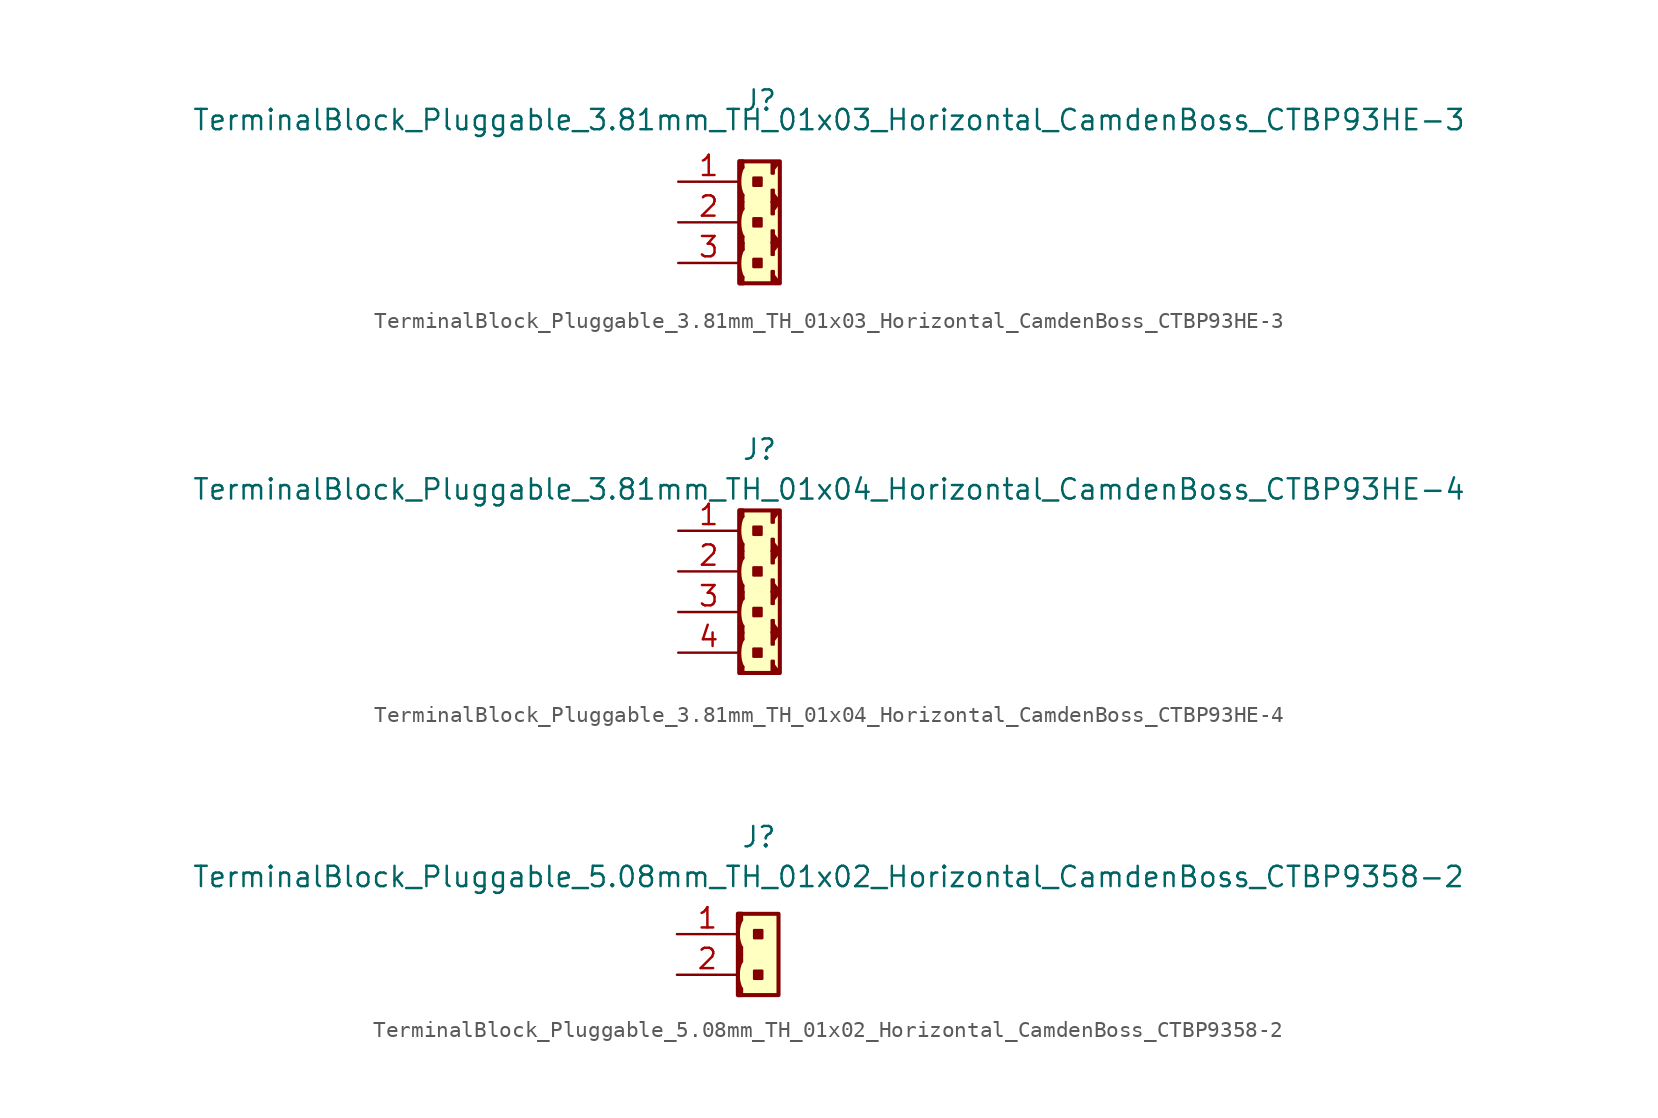
<source format=kicad_sym>
(kicad_symbol_lib
  (version 20241209)
  (generator "kicad_symbol_editor")
  (generator_version "9.0")
  (symbol "TerminalBlock_Pluggable_3.81mm_TH_01x03_Horizontal_CamdenBoss_CTBP93HE-3"
    (pin_names
      (offset 1.27)
      (hide yes))
    (property "Reference" "J"
      (at 0 7.62 0)
      (effects (font (size 1.27 1.27))))
    (property "Value" "TerminalBlock_Pluggable_3.81mm_TH_01x03_Horizontal_CamdenBoss_CTBP93HE-3"
      (at 4.343 6.401 0)
      (effects (font (size 1.27 1.27))))
    (symbol "TerminalBlock_Pluggable_3.81mm_TH_01x03_Horizontal_CamdenBoss_CTBP93HE-3_0_1"
      (rectangle (start -1.27 1.727) (end -1.016 1.27) (stroke (width 0) (type default)) (fill (type outline)))
      (rectangle (start -1.27 1.27) (end -1.016 0.813) (stroke (width 0) (type default)) (fill (type outline)))
      (rectangle (start -1.27 -0.864) (end -1.016 -1.321) (stroke (width 0) (type default)) (fill (type outline)))
      (rectangle (start -1.27 -1.27) (end -1.016 -1.727) (stroke (width 0) (type default)) (fill (type outline)))
      (rectangle (start -1.27 -1.27) (end -1.016 -1.727) (stroke (width 0) (type default)) (fill (type outline)))
      (rectangle (start -1.27 -3.404) (end -1.016 -3.861) (stroke (width 0) (type default)) (fill (type outline)))
      (polyline (pts (xy -1.219 3.759) (xy -1.27 -1.27)) (stroke (width 0) (type default)) (fill (type none)))
      (rectangle (start -1.016 3.404) (end -1.27 3.861) (stroke (width 0) (type default)) (fill (type outline)))
      (rectangle (start -0.381 2.794) (end 0.127 2.286) (stroke (width 0) (type default)) (fill (type outline)))
      (rectangle (start -0.381 0.254) (end 0.127 -0.254) (stroke (width 0) (type default)) (fill (type outline)))
      (rectangle (start -0.381 -2.286) (end 0.127 -2.794) (stroke (width 0) (type default)) (fill (type outline)))
      (arc (start -1.016 1.6764) (mid -1.2259 2.5654) (end -1.016 3.4544) (stroke (width 0) (type default)) (fill (type none)))
      (arc (start -1.016 -0.9144) (mid -1.2259 -0.0254) (end -1.016 0.8636) (stroke (width 0) (type default)) (fill (type none)))
      (arc (start -1.016 -3.4544) (mid -1.2259 -2.5654) (end -1.016 -1.6764) (stroke (width 0) (type default)) (fill (type none)))
      (rectangle (start 0.762 3.048) (end 0.889 3.81) (stroke (width 0) (type default)) (fill (type none)))
      (rectangle (start 0.762 2.032) (end 0.889 1.27) (stroke (width 0) (type default)) (fill (type none)))
      (polyline (pts (xy 0.762 1.27) (xy 1.27 1.27)) (stroke (width 0) (type default)) (fill (type none)))
      (rectangle (start 0.762 1.27) (end 0.889 0.508) (stroke (width 0) (type default)) (fill (type none)))
      (rectangle (start 0.762 -0.508) (end 0.889 -1.27) (stroke (width 0) (type default)) (fill (type none)))
      (polyline (pts (xy 0.762 -1.27) (xy 1.27 -1.27)) (stroke (width 0) (type default)) (fill (type none)))
      (rectangle (start 0.762 -1.27) (end 0.889 -2.032) (stroke (width 0) (type default)) (fill (type none)))
      (rectangle (start 0.762 -3.048) (end 0.889 -3.81) (stroke (width 0) (type default)) (fill (type none)))
      (polyline (pts (xy 0.762 -3.81) (xy 1.27 -3.81)) (stroke (width 0) (type default)) (fill (type none)))
      (polyline (pts (xy 0.889 3.302) (xy 1.27 3.81) (xy 1.143 3.81) (xy 0.889 3.556)) (stroke (width 0) (type default)) (fill (type none)))
      (polyline (pts (xy 0.889 1.778) (xy 1.27 1.27) (xy 1.143 1.27) (xy 0.889 1.524)) (stroke (width 0) (type default)) (fill (type none)))
      (polyline (pts (xy 0.889 0.762) (xy 1.27 1.27) (xy 1.143 1.27) (xy 0.889 1.016)) (stroke (width 0) (type default)) (fill (type none)))
      (polyline (pts (xy 0.889 -0.762) (xy 1.27 -1.27) (xy 1.143 -1.27) (xy 0.889 -1.016)) (stroke (width 0) (type default)) (fill (type none)))
      (polyline (pts (xy 0.889 -1.778) (xy 1.27 -1.27) (xy 1.143 -1.27) (xy 0.889 -1.524)) (stroke (width 0) (type default)) (fill (type none)))
      (polyline (pts (xy 0.889 -3.302) (xy 1.27 -3.81) (xy 1.143 -3.81) (xy 0.889 -3.556)) (stroke (width 0) (type default)) (fill (type none))))
    (symbol "TerminalBlock_Pluggable_3.81mm_TH_01x03_Horizontal_CamdenBoss_CTBP93HE-3_1_1"
      (rectangle (start -1.27 3.81) (end 1.27 -3.81) (stroke (width 0.254) (type default)) (fill (type background)))
      (pin passive line (at -5.08 2.54 0) (length 3.81) (name "Pin_1" (effects (font (size 1.27 1.27)))) (number "1" (effects (font (size 1.27 1.27)))))
      (pin passive line (at -5.08 0 0) (length 3.81) (name "Pin_2" (effects (font (size 1.27 1.27)))) (number "2" (effects (font (size 1.27 1.27)))))
      (pin passive line (at -5.08 -2.54 0) (length 3.81) (name "Pin_2" (effects (font (size 1.27 1.27)))) (number "3" (effects (font (size 1.27 1.27)))))))
  (symbol "TerminalBlock_Pluggable_3.81mm_TH_01x04_Horizontal_CamdenBoss_CTBP93HE-4"
    (pin_names
      (offset 1.27)
      (hide yes))
    (property "Reference" "J"
      (at 0 8.89 0)
      (effects (font (size 1.27 1.27))))
    (property "Value" "TerminalBlock_Pluggable_3.81mm_TH_01x04_Horizontal_CamdenBoss_CTBP93HE-4"
      (at 4.343 6.401 0)
      (effects (font (size 1.27 1.27))))
    (symbol "TerminalBlock_Pluggable_3.81mm_TH_01x04_Horizontal_CamdenBoss_CTBP93HE-4_0_1"
      (rectangle (start -1.27 2.997) (end -1.016 2.54) (stroke (width 0) (type default)) (fill (type outline)))
      (rectangle (start -1.27 2.54) (end -1.016 2.083) (stroke (width 0) (type default)) (fill (type outline)))
      (rectangle (start -1.27 0.406) (end -1.016 -0.051) (stroke (width 0) (type default)) (fill (type outline)))
      (rectangle (start -1.27 0) (end -1.016 -0.457) (stroke (width 0) (type default)) (fill (type outline)))
      (rectangle (start -1.27 0) (end -1.016 -0.457) (stroke (width 0) (type default)) (fill (type outline)))
      (rectangle (start -1.27 -2.134) (end -1.016 -2.591) (stroke (width 0) (type default)) (fill (type outline)))
      (rectangle (start -1.27 -2.54) (end -1.016 -2.997) (stroke (width 0) (type default)) (fill (type outline)))
      (rectangle (start -1.27 -4.674) (end -1.016 -5.131) (stroke (width 0) (type default)) (fill (type outline)))
      (polyline (pts (xy -1.219 5.029) (xy -1.27 0)) (stroke (width 0) (type default)) (fill (type none)))
      (rectangle (start -1.016 4.674) (end -1.27 5.131) (stroke (width 0) (type default)) (fill (type outline)))
      (rectangle (start -0.381 4.064) (end 0.127 3.556) (stroke (width 0) (type default)) (fill (type outline)))
      (rectangle (start -0.381 1.524) (end 0.127 1.016) (stroke (width 0) (type default)) (fill (type outline)))
      (rectangle (start -0.381 -1.016) (end 0.127 -1.524) (stroke (width 0) (type default)) (fill (type outline)))
      (rectangle (start -0.381 -3.556) (end 0.127 -4.064) (stroke (width 0) (type default)) (fill (type outline)))
      (arc (start -1.016 2.9464) (mid -1.2259 3.8354) (end -1.016 4.7244) (stroke (width 0) (type default)) (fill (type none)))
      (arc (start -1.016 0.3556) (mid -1.2259 1.2446) (end -1.016 2.1336) (stroke (width 0) (type default)) (fill (type none)))
      (arc (start -1.016 -2.1844) (mid -1.2259 -1.2954) (end -1.016 -0.4064) (stroke (width 0) (type default)) (fill (type none)))
      (arc (start -1.016 -4.7244) (mid -1.2259 -3.8354) (end -1.016 -2.9464) (stroke (width 0) (type default)) (fill (type none)))
      (rectangle (start 0.762 4.318) (end 0.889 5.08) (stroke (width 0) (type default)) (fill (type none)))
      (rectangle (start 0.762 3.302) (end 0.889 2.54) (stroke (width 0) (type default)) (fill (type none)))
      (polyline (pts (xy 0.762 2.54) (xy 1.27 2.54)) (stroke (width 0) (type default)) (fill (type none)))
      (rectangle (start 0.762 2.54) (end 0.889 1.778) (stroke (width 0) (type default)) (fill (type none)))
      (rectangle (start 0.762 0.762) (end 0.889 0) (stroke (width 0) (type default)) (fill (type none)))
      (polyline (pts (xy 0.762 0) (xy 1.27 0)) (stroke (width 0) (type default)) (fill (type none)))
      (rectangle (start 0.762 0) (end 0.889 -0.762) (stroke (width 0) (type default)) (fill (type none)))
      (rectangle (start 0.762 -1.778) (end 0.889 -2.54) (stroke (width 0) (type default)) (fill (type none)))
      (polyline (pts (xy 0.762 -2.54) (xy 1.27 -2.54)) (stroke (width 0) (type default)) (fill (type none)))
      (rectangle (start 0.762 -2.54) (end 0.889 -3.302) (stroke (width 0) (type default)) (fill (type none)))
      (rectangle (start 0.762 -4.318) (end 0.889 -5.08) (stroke (width 0) (type default)) (fill (type none)))
      (polyline (pts (xy 0.889 4.572) (xy 1.27 5.08) (xy 1.143 5.08) (xy 0.889 4.826)) (stroke (width 0) (type default)) (fill (type none)))
      (polyline (pts (xy 0.889 3.048) (xy 1.27 2.54) (xy 1.143 2.54) (xy 0.889 2.794)) (stroke (width 0) (type default)) (fill (type none)))
      (polyline (pts (xy 0.889 2.032) (xy 1.27 2.54) (xy 1.143 2.54) (xy 0.889 2.286)) (stroke (width 0) (type default)) (fill (type none)))
      (polyline (pts (xy 0.889 0.508) (xy 1.27 0) (xy 1.143 0) (xy 0.889 0.254)) (stroke (width 0) (type default)) (fill (type none)))
      (polyline (pts (xy 0.889 -0.508) (xy 1.27 0) (xy 1.143 0) (xy 0.889 -0.254)) (stroke (width 0) (type default)) (fill (type none)))
      (polyline (pts (xy 0.889 -2.032) (xy 1.27 -2.54) (xy 1.143 -2.54) (xy 0.889 -2.286)) (stroke (width 0) (type default)) (fill (type none)))
      (polyline (pts (xy 0.889 -3.048) (xy 1.27 -2.54) (xy 1.143 -2.54) (xy 0.889 -2.794)) (stroke (width 0) (type default)) (fill (type none)))
      (polyline (pts (xy 0.889 -4.572) (xy 1.27 -5.08) (xy 1.143 -5.08) (xy 0.889 -4.826)) (stroke (width 0) (type default)) (fill (type none))))
    (symbol "TerminalBlock_Pluggable_3.81mm_TH_01x04_Horizontal_CamdenBoss_CTBP93HE-4_1_1"
      (rectangle (start -1.27 5.08) (end 1.27 -5.08) (stroke (width 0.254) (type default)) (fill (type background)))
      (pin passive line (at -5.08 3.81 0) (length 3.81) (name "Pin_1" (effects (font (size 1.27 1.27)))) (number "1" (effects (font (size 1.27 1.27)))))
      (pin passive line (at -5.08 1.27 0) (length 3.81) (name "Pin_2" (effects (font (size 1.27 1.27)))) (number "2" (effects (font (size 1.27 1.27)))))
      (pin passive line (at -5.08 -1.27 0) (length 3.81) (name "Pin_2" (effects (font (size 1.27 1.27)))) (number "3" (effects (font (size 1.27 1.27)))))
      (pin passive line (at -5.08 -3.81 0) (length 3.81) (name "Pin_2" (effects (font (size 1.27 1.27)))) (number "4" (effects (font (size 1.27 1.27)))))))
  (symbol "TerminalBlock_Pluggable_5.08mm_TH_01x02_Horizontal_CamdenBoss_CTBP9358-2"
    (pin_names
      (offset 1.27)
      (hide yes))
    (property "Reference" "J"
      (at 0.051 8.611 0)
      (effects (font (size 1.27 1.27))))
    (property "Value" "TerminalBlock_Pluggable_5.08mm_TH_01x02_Horizontal_CamdenBoss_CTBP9358-2"
      (at 4.394 6.121 0)
      (effects (font (size 1.27 1.27))))
    (symbol "TerminalBlock_Pluggable_5.08mm_TH_01x02_Horizontal_CamdenBoss_CTBP9358-2_0_1"
      (polyline (pts (xy -1.219 3.785) (xy -1.219 -1.321)) (stroke (width 0) (type default)) (fill (type none)))
      (rectangle (start -1.016 3.404) (end -1.27 3.861) (stroke (width 0) (type default)) (fill (type outline)))
      (rectangle (start -1.016 1.27) (end -1.27 1.727) (stroke (width 0) (type default)) (fill (type outline)))
      (rectangle (start -1.016 0.813) (end -1.27 1.27) (stroke (width 0) (type default)) (fill (type outline)))
      (rectangle (start -1.016 -1.321) (end -1.27 -0.864) (stroke (width 0) (type default)) (fill (type outline)))
      (rectangle (start -0.254 2.794) (end 0.254 2.286) (stroke (width 0) (type default)) (fill (type outline)))
      (rectangle (start -0.254 0.254) (end 0.254 -0.254) (stroke (width 0) (type default)) (fill (type outline)))
      (arc (start -1.016 1.6764) (mid -1.2259 2.5654) (end -1.016 3.4544) (stroke (width 0) (type default)) (fill (type none)))
      (arc (start -1.016 -0.9144) (mid -1.2259 -0.0254) (end -1.016 0.8636) (stroke (width 0) (type default)) (fill (type none))))
    (symbol "TerminalBlock_Pluggable_5.08mm_TH_01x02_Horizontal_CamdenBoss_CTBP9358-2_1_1"
      (rectangle (start -1.27 3.81) (end 1.27 -1.27) (stroke (width 0.254) (type default)) (fill (type background)))
      (pin passive line (at -5.08 2.54 0) (length 3.81) (name "Pin_1" (effects (font (size 1.27 1.27)))) (number "1" (effects (font (size 1.27 1.27)))))
      (pin passive line (at -5.08 0 0) (length 3.81) (name "Pin_2" (effects (font (size 1.27 1.27)))) (number "2" (effects (font (size 1.27 1.27))))))))
</source>
